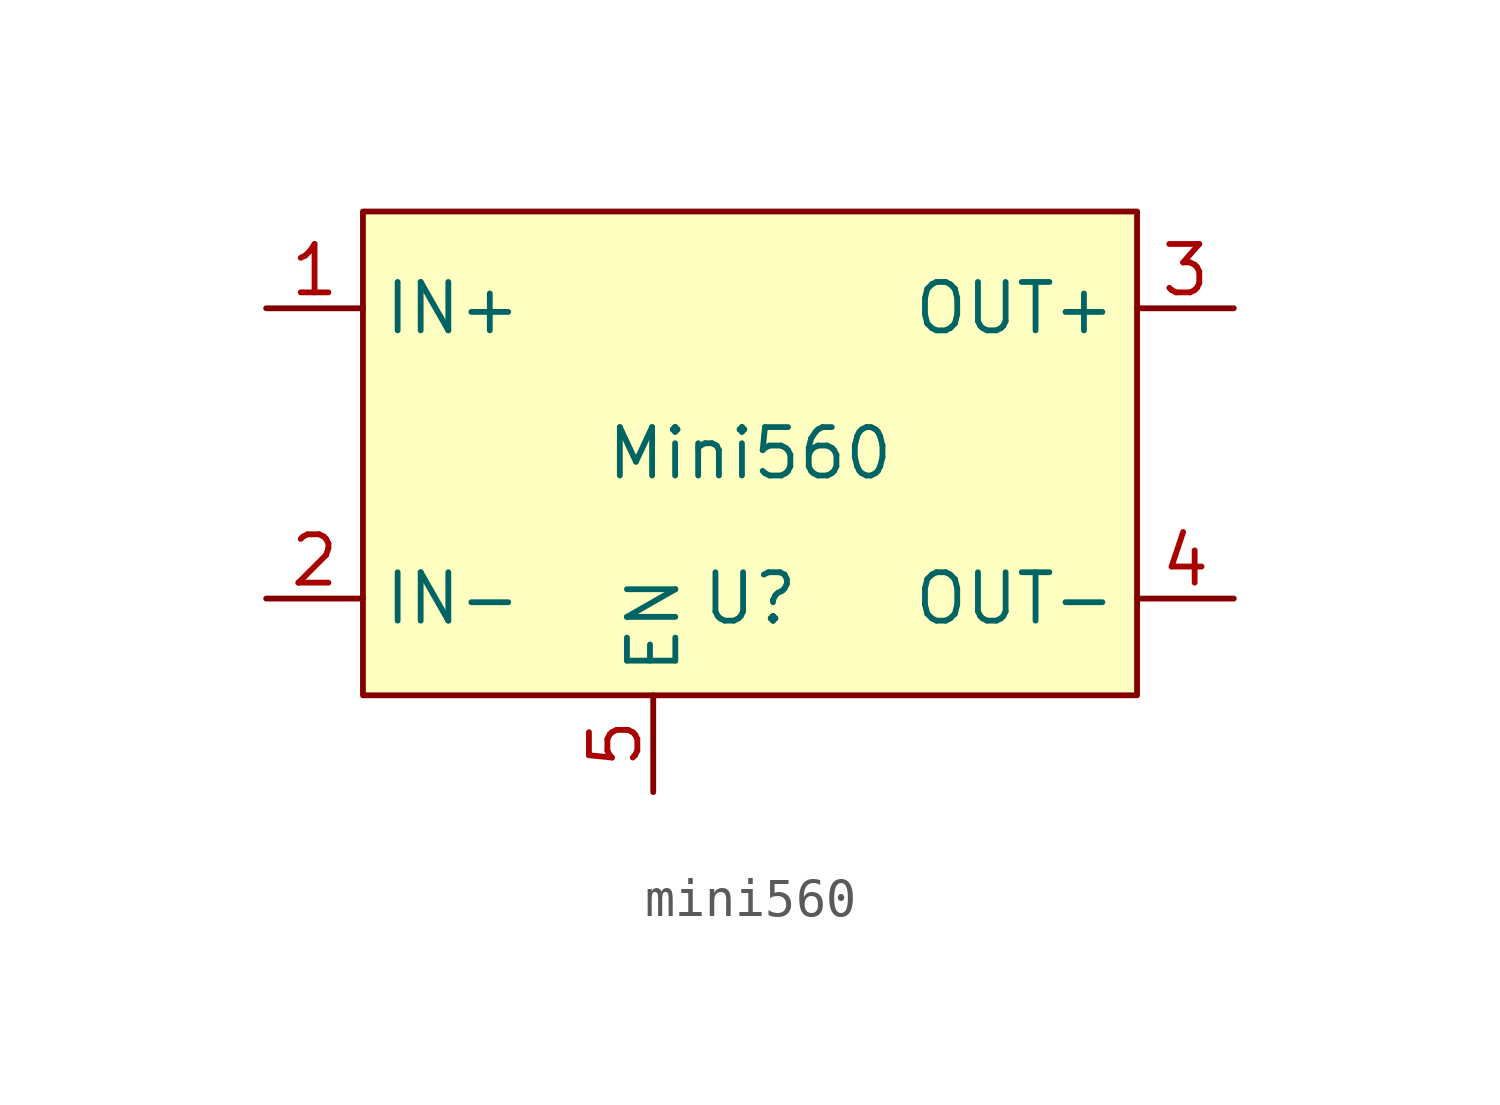
<source format=kicad_sym>
(kicad_symbol_lib
  (version 20220914)
  (generator kicad_symbol_editor)
  (symbol "mini560"
    (property "Reference" "U"
      (at 0 -3.81 0)
      (effects (font (size 1.27 1.27))))
    (property "Value" "Mini560"
      (at 0 0 0)
      (effects (font (size 1.27 1.27))))
    (symbol "mini560_1_1"
      (rectangle (start -10.16 6.35) (end 10.16 -6.35) (stroke (width 0) (type default)) (fill (type background)))
      (pin input line (at -12.7 3.81 0) (length 2.54) (name "IN+" (effects (font (size 1.27 1.27)))) (number "1" (effects (font (size 1.27 1.27)))))
      (pin input line (at -12.7 -3.81 0) (length 2.54) (name "IN-" (effects (font (size 1.27 1.27)))) (number "2" (effects (font (size 1.27 1.27)))))
      (pin input line (at 12.7 3.81 180) (length 2.54) (name "OUT+" (effects (font (size 1.27 1.27)))) (number "3" (effects (font (size 1.27 1.27)))))
      (pin input line (at 12.7 -3.81 180) (length 2.54) (name "OUT-" (effects (font (size 1.27 1.27)))) (number "4" (effects (font (size 1.27 1.27)))))
      (pin input line (at -2.54 -8.89 90) (length 2.54) (name "EN" (effects (font (size 1.27 1.27)))) (number "5" (effects (font (size 1.27 1.27))))))))
</source>
